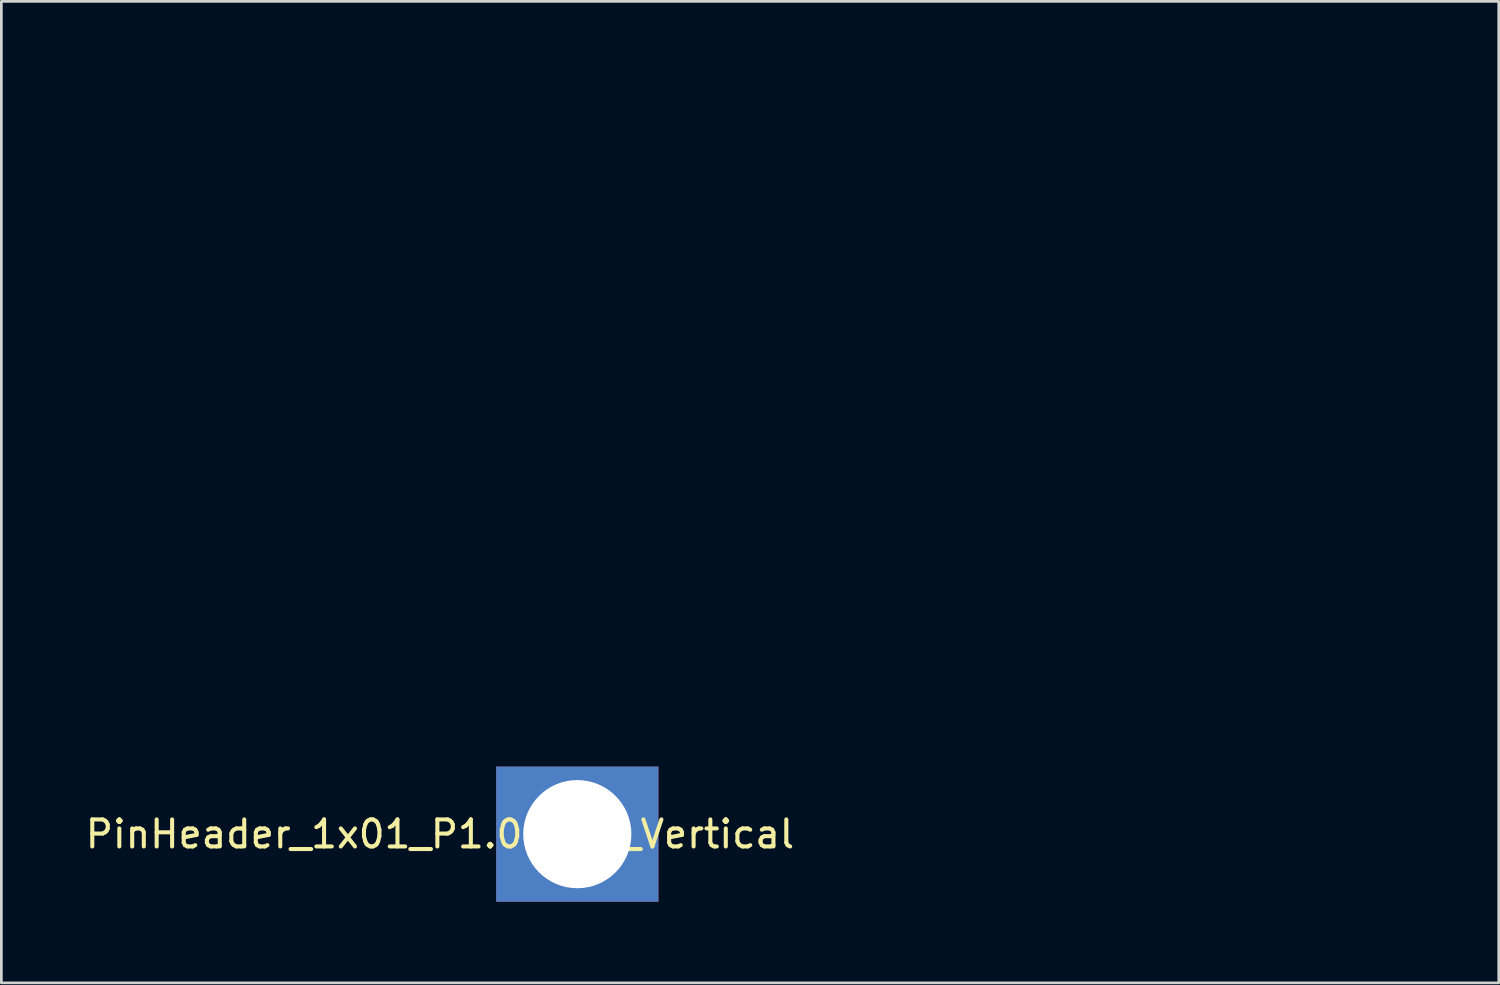
<source format=kicad_pcb>
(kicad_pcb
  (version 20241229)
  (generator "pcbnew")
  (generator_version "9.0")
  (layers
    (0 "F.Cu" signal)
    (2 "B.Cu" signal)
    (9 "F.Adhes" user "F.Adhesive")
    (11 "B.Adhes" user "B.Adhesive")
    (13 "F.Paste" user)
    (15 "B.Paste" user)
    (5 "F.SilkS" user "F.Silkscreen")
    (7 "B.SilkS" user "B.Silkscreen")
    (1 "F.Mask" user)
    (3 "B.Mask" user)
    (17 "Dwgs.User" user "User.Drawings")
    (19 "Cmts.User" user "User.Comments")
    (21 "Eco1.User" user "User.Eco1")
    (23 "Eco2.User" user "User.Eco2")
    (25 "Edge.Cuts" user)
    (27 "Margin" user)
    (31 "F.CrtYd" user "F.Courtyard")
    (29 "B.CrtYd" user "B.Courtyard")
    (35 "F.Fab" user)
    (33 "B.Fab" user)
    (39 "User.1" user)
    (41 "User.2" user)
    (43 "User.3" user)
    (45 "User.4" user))
  (footprint "controls_f_mask"
    (layer "F.Cu")
    (at 28.166 11.118)
    (property "Reference" "controls_f_mask" (at 0 0 0) (layer "F.Mask") (effects (font (size 1.524 1.524) (thickness 0.3))))
    (attr through_hole)
    (fp_poly (pts (xy 16.737 -0.045) (xy 16.994 -0.029) (xy 17.003 -0.028) (xy 17.357 0.026) (xy 17.603 0.119) (xy 17.756 0.265) (xy 17.83 0.475) (xy 17.843 0.669) (xy 17.808 0.978) (xy 17.693 1.195) (xy 17.485 1.332) (xy 17.203 1.402) (xy 16.835 1.44) (xy 16.521 1.445) (xy 16.304 1.417) (xy 16.254 1.389) (xy 16.222 1.324) (xy 16.203 1.197) (xy 16.194 0.986) (xy 16.192 0.701) (xy 16.192 0.014) (xy 16.363 -0.029) (xy 16.511 -0.045) (xy 16.737 -0.045)) (stroke (width 0.01) (type solid)) (fill yes) (layer "F.Mask"))
    (fp_poly (pts (xy 3.208 -1.438) (xy 3.275 -1.302) (xy 3.366 -1.096) (xy 3.471 -0.843) (xy 3.581 -0.569) (xy 3.686 -0.298) (xy 3.776 -0.054) (xy 3.842 0.139) (xy 3.873 0.255) (xy 3.874 0.27) (xy 3.815 0.289) (xy 3.654 0.304) (xy 3.417 0.315) (xy 3.176 0.318) (xy 2.478 0.318) (xy 2.595 0.016) (xy 2.671 -0.183) (xy 2.773 -0.454) (xy 2.883 -0.749) (xy 2.922 -0.857) (xy 3.017 -1.109) (xy 3.1 -1.316) (xy 3.158 -1.449) (xy 3.176 -1.48) (xy 3.208 -1.438)) (stroke (width 0.01) (type solid)) (fill yes) (layer "F.Mask"))
    (fp_poly (pts (xy 16.837 -1.565) (xy 17.118 -1.527) (xy 17.369 -1.469) (xy 17.544 -1.395) (xy 17.563 -1.382) (xy 17.66 -1.287) (xy 17.702 -1.174) (xy 17.707 -0.995) (xy 17.704 -0.936) (xy 17.677 -0.722) (xy 17.618 -0.589) (xy 17.526 -0.505) (xy 17.349 -0.43) (xy 17.084 -0.379) (xy 16.769 -0.356) (xy 16.442 -0.366) (xy 16.431 -0.367) (xy 16.192 -0.389) (xy 16.192 -0.949) (xy 16.194 -1.217) (xy 16.203 -1.385) (xy 16.228 -1.479) (xy 16.276 -1.525) (xy 16.353 -1.55) (xy 16.359 -1.552) (xy 16.569 -1.575) (xy 16.837 -1.565)) (stroke (width 0.01) (type solid)) (fill yes) (layer "F.Mask"))
    (fp_poly (pts (xy -24.288 -3.687) (xy -24.274 -3.522) (xy -24.263 -3.276) (xy -24.258 -2.969) (xy -24.257 -2.827) (xy -24.257 -1.907) (xy -20.606 -1.873) (xy -20.606 2) (xy -22.431 2.017) (xy -24.257 2.034) (xy -24.257 2.918) (xy -24.261 3.24) (xy -24.27 3.514) (xy -24.285 3.717) (xy -24.302 3.824) (xy -24.309 3.834) (xy -24.363 3.798) (xy -24.497 3.68) (xy -24.702 3.49) (xy -24.967 3.237) (xy -25.284 2.931) (xy -25.642 2.579) (xy -26.033 2.192) (xy -26.261 1.965) (xy -28.161 0.064) (xy -26.257 -1.841) (xy -25.852 -2.246) (xy -25.474 -2.621) (xy -25.132 -2.958) (xy -24.837 -3.246) (xy -24.598 -3.478) (xy -24.424 -3.643) (xy -24.324 -3.733) (xy -24.305 -3.747) (xy -24.288 -3.687)) (stroke (width 0.01) (type solid)) (fill yes) (layer "F.Mask"))
    (fp_poly (pts (xy -9.61 -3.671) (xy -9.475 -3.553) (xy -9.271 -3.363) (xy -9.005 -3.11) (xy -8.689 -2.804) (xy -8.33 -2.452) (xy -7.939 -2.065) (xy -7.712 -1.838) (xy -5.811 0.064) (xy -7.718 1.971) (xy -8.123 2.374) (xy -8.501 2.746) (xy -8.842 3.078) (xy -9.137 3.361) (xy -9.377 3.586) (xy -9.551 3.743) (xy -9.651 3.825) (xy -9.671 3.834) (xy -9.687 3.757) (xy -9.701 3.578) (xy -9.71 3.321) (xy -9.715 3.01) (xy -9.716 2.911) (xy -9.716 2.034) (xy -11.541 2.017) (xy -13.367 2) (xy -13.367 -1.873) (xy -9.716 -1.907) (xy -9.716 -2.791) (xy -9.712 -3.113) (xy -9.702 -3.387) (xy -9.688 -3.59) (xy -9.67 -3.697) (xy -9.664 -3.707) (xy -9.61 -3.671)) (stroke (width 0.01) (type solid)) (fill yes) (layer "F.Mask"))
    (fp_poly (pts (xy -15.089 -9.215) (xy -14.646 -8.769) (xy -14.251 -8.366) (xy -13.91 -8.014) (xy -13.632 -7.718) (xy -13.422 -7.488) (xy -13.287 -7.33) (xy -13.235 -7.252) (xy -13.235 -7.246) (xy -13.321 -7.213) (xy -13.531 -7.191) (xy -13.861 -7.178) (xy -14.163 -7.176) (xy -15.048 -7.176) (xy -15.064 -5.35) (xy -15.081 -3.524) (xy -16.959 -3.507) (xy -17.435 -3.505) (xy -17.87 -3.505) (xy -18.247 -3.508) (xy -18.55 -3.513) (xy -18.763 -3.521) (xy -18.871 -3.531) (xy -18.88 -3.534) (xy -18.891 -3.606) (xy -18.901 -3.789) (xy -18.91 -4.066) (xy -18.916 -4.42) (xy -18.921 -4.836) (xy -18.923 -5.296) (xy -18.923 -5.376) (xy -18.923 -7.176) (xy -19.808 -7.176) (xy -20.223 -7.181) (xy -20.518 -7.197) (xy -20.691 -7.222) (xy -20.737 -7.246) (xy -20.704 -7.307) (xy -20.586 -7.449) (xy -20.391 -7.665) (xy -20.126 -7.947) (xy -19.796 -8.29) (xy -19.411 -8.684) (xy -18.975 -9.124) (xy -18.883 -9.215) (xy -16.986 -11.113) (xy -15.089 -9.215)) (stroke (width 0.01) (type solid)) (fill yes) (layer "F.Mask"))
    (fp_poly (pts (xy -15.05 7.303) (xy -14.129 7.303) (xy -13.748 7.305) (xy -13.479 7.315) (xy -13.31 7.331) (xy -13.225 7.357) (xy -13.208 7.382) (xy -13.251 7.443) (xy -13.374 7.581) (xy -13.565 7.784) (xy -13.812 8.042) (xy -14.103 8.342) (xy -14.428 8.674) (xy -14.775 9.025) (xy -15.133 9.385) (xy -15.489 9.741) (xy -15.833 10.082) (xy -16.152 10.396) (xy -16.436 10.673) (xy -16.673 10.9) (xy -16.852 11.066) (xy -16.96 11.16) (xy -16.987 11.176) (xy -17.044 11.132) (xy -17.181 11.008) (xy -17.388 10.813) (xy -17.655 10.555) (xy -17.973 10.245) (xy -18.331 9.892) (xy -18.721 9.504) (xy -18.908 9.318) (xy -19.307 8.917) (xy -19.677 8.541) (xy -20.008 8.202) (xy -20.291 7.908) (xy -20.516 7.67) (xy -20.674 7.497) (xy -20.755 7.399) (xy -20.765 7.381) (xy -20.731 7.349) (xy -20.621 7.326) (xy -20.42 7.311) (xy -20.116 7.304) (xy -19.845 7.303) (xy -18.925 7.303) (xy -18.891 3.651) (xy -16.97 3.634) (xy -15.05 3.618) (xy -15.05 7.303)) (stroke (width 0.01) (type solid)) (fill yes) (layer "F.Mask"))
    (fp_poly (pts (xy 17.373 -4.172) (xy 18.057 -4.05) (xy 18.719 -3.811) (xy 18.912 -3.716) (xy 19.523 -3.33) (xy 20.04 -2.871) (xy 20.463 -2.351) (xy 20.79 -1.783) (xy 21.023 -1.18) (xy 21.162 -0.552) (xy 21.205 0.087) (xy 21.155 0.726) (xy 21.009 1.352) (xy 20.769 1.954) (xy 20.435 2.518) (xy 20.005 3.034) (xy 19.481 3.488) (xy 18.912 3.843) (xy 18.287 4.104) (xy 17.612 4.263) (xy 16.917 4.317) (xy 16.232 4.263) (xy 15.889 4.19) (xy 15.214 3.953) (xy 14.611 3.62) (xy 14.083 3.205) (xy 13.634 2.719) (xy 13.269 2.175) (xy 13.09 1.796) (xy 15.748 1.796) (xy 16.589 1.759) (xy 16.926 1.74) (xy 17.238 1.715) (xy 17.491 1.686) (xy 17.654 1.656) (xy 17.664 1.654) (xy 17.922 1.517) (xy 18.141 1.292) (xy 18.287 1.018) (xy 18.319 0.892) (xy 18.311 0.588) (xy 18.199 0.292) (xy 18.005 0.043) (xy 17.82 -0.086) (xy 17.574 -0.211) (xy 17.781 -0.318) (xy 17.946 -0.433) (xy 18.067 -0.569) (xy 18.072 -0.577) (xy 18.147 -0.825) (xy 18.145 -1.113) (xy 18.067 -1.384) (xy 18.032 -1.448) (xy 17.92 -1.593) (xy 17.773 -1.702) (xy 17.57 -1.781) (xy 17.294 -1.835) (xy 16.923 -1.871) (xy 16.593 -1.889) (xy 15.748 -1.924) (xy 15.748 1.796) (xy 13.09 1.796) (xy 12.99 1.585) (xy 12.803 0.96) (xy 12.71 0.314) (xy 12.717 -0.342) (xy 12.827 -0.995) (xy 13.044 -1.633) (xy 13.371 -2.244) (xy 13.659 -2.637) (xy 14.157 -3.147) (xy 14.723 -3.56) (xy 15.343 -3.872) (xy 16.001 -4.08) (xy 16.683 -4.181) (xy 17.373 -4.172)) (stroke (width 0.01) (type solid)) (fill yes) (layer "F.Mask"))
    (fp_poly (pts (xy 3.969 -4.134) (xy 4.14 -4.102) (xy 4.831 -3.888) (xy 5.455 -3.574) (xy 6.006 -3.173) (xy 6.479 -2.697) (xy 6.869 -2.156) (xy 7.169 -1.564) (xy 7.375 -0.931) (xy 7.48 -0.27) (xy 7.48 0.408) (xy 7.369 1.09) (xy 7.141 1.765) (xy 7.006 2.051) (xy 6.716 2.508) (xy 6.336 2.956) (xy 5.898 3.364) (xy 5.434 3.7) (xy 5.144 3.861) (xy 4.466 4.122) (xy 3.77 4.273) (xy 3.076 4.309) (xy 2.404 4.229) (xy 2.381 4.224) (xy 1.674 4.006) (xy 1.029 3.681) (xy 0.456 3.256) (xy -0.037 2.737) (xy -0.441 2.132) (xy -0.543 1.937) (xy -0.634 1.714) (xy 1.535 1.714) (xy 2.006 1.714) (xy 2.166 1.222) (xy 2.326 0.73) (xy 4.088 0.73) (xy 4.248 1.222) (xy 4.329 1.465) (xy 4.39 1.611) (xy 4.45 1.685) (xy 4.526 1.711) (xy 4.617 1.714) (xy 4.758 1.702) (xy 4.824 1.671) (xy 4.825 1.667) (xy 4.803 1.598) (xy 4.74 1.425) (xy 4.644 1.164) (xy 4.518 0.829) (xy 4.369 0.436) (xy 4.202 -0.000125) (xy 4.141 -0.159) (xy 3.459 -1.937) (xy 3.206 -1.955) (xy 2.953 -1.974) (xy 2.544 -0.908) (xy 2.384 -0.489) (xy 2.211 -0.04) (xy 2.044 0.396) (xy 1.897 0.777) (xy 1.835 0.937) (xy 1.535 1.714) (xy -0.634 1.714) (xy -0.815 1.27) (xy -0.968 0.619) (xy -1.004 -0.036) (xy -0.926 -0.709) (xy -0.728 -1.42) (xy -0.42 -2.074) (xy -0.011 -2.66) (xy 0.489 -3.168) (xy 1.073 -3.59) (xy 1.733 -3.915) (xy 1.968 -4) (xy 2.42 -4.11) (xy 2.939 -4.17) (xy 3.472 -4.179) (xy 3.969 -4.134)) (stroke (width 0.01) (type solid)) (fill yes) (layer "F.Mask")))
  (footprint "PinHeader_1x01_P1.00mm_Vertical"
    (layer "F.Cu")
    (at 18.3 27.799)
    (property "Reference" "PinHeader_1x01_P1.00mm_Vertical" (at -5.08 0 0) (layer "F.SilkS") (effects (font (size 1 1) (thickness 0.15))))
    (attr through_hole)
    (pad "1" thru_hole rect (at 0 0) (size 6 5) (drill 4) (layers "*.Cu" "*.Mask")))
  (gr_rect
    (start -3 -3)
    (end 52.377 33.299)
    (stroke (width 0.1) (type default))
    (fill no)
    (layer "Edge.Cuts")))
</source>
